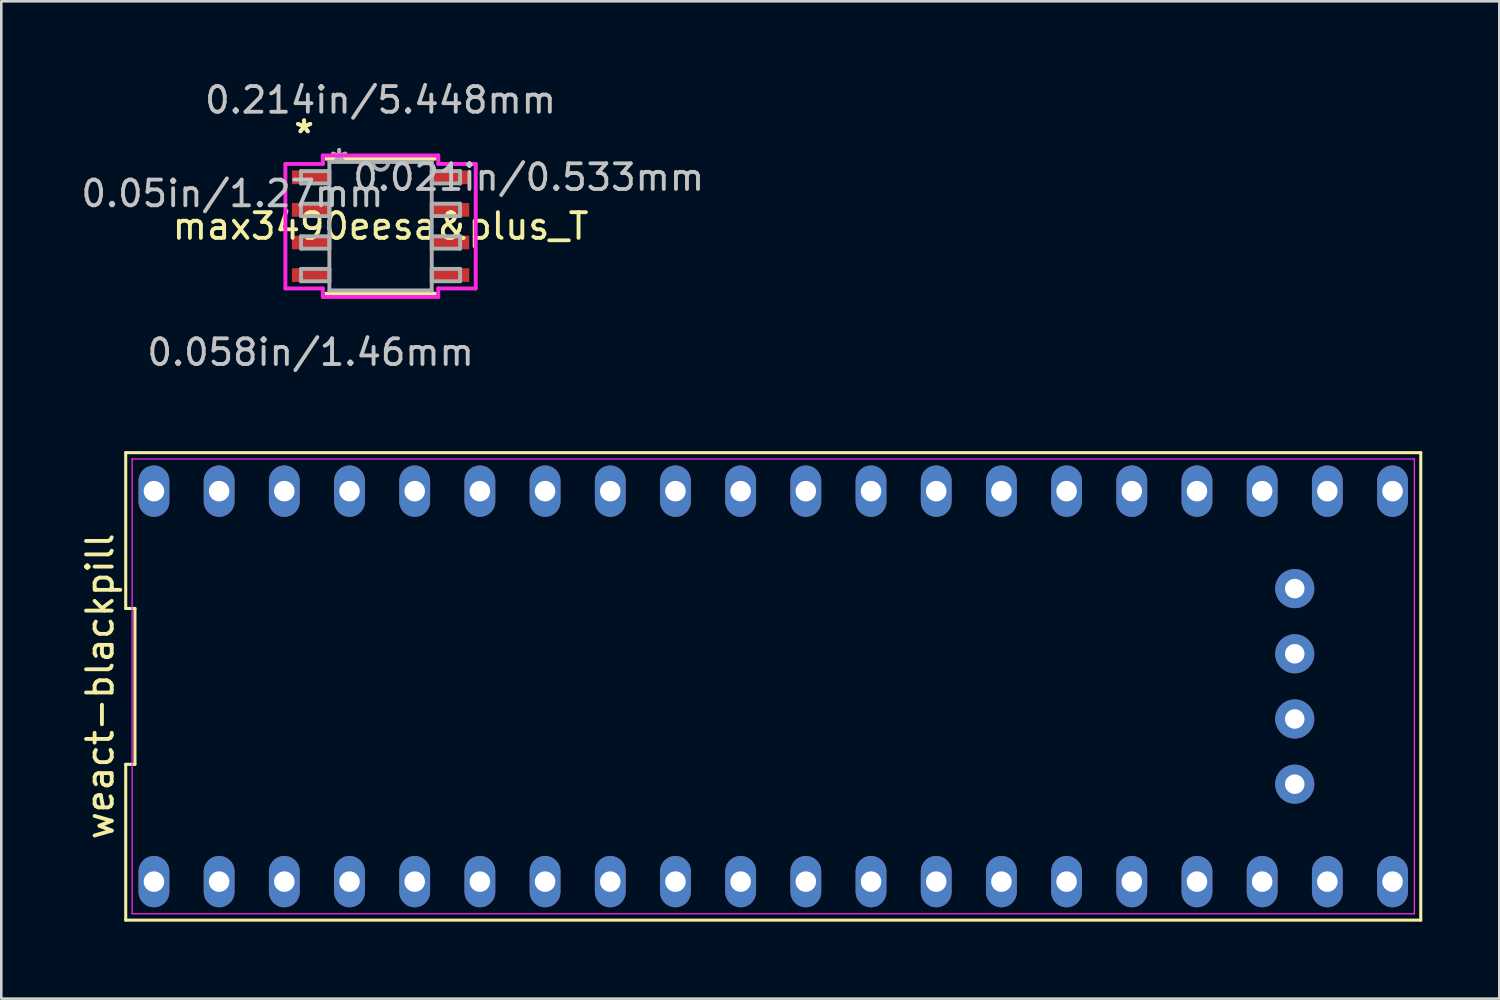
<source format=kicad_pcb>
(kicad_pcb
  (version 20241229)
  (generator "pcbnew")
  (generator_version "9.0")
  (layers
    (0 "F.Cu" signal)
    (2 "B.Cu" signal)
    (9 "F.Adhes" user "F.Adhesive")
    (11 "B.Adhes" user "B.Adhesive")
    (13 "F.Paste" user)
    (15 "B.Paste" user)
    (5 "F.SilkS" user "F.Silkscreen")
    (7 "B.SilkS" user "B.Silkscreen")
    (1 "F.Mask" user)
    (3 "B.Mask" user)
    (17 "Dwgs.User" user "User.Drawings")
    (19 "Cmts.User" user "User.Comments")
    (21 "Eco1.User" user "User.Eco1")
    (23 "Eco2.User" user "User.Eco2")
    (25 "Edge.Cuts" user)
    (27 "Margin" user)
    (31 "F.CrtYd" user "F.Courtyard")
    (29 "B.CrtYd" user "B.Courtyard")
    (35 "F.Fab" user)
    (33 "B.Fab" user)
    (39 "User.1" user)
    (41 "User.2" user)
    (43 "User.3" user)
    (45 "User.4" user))
  (footprint "weact-blackpill"
    (layer "F.Cu")
    (at 27.078 23.694)
    (property "Reference" "weact-blackpill" (at -26.23 0 90) (layer "F.SilkS") (effects (font (size 1 1) (thickness 0.15))))
    (attr through_hole)
    (fp_line (start -25.23 -9.107) (end -25.23 -3.036) (stroke (width 0.12) (type solid)) (layer "F.SilkS"))
    (fp_line (start -25.23 -3.036) (end -24.87 -3.036) (stroke (width 0.12) (type solid)) (layer "F.SilkS"))
    (fp_line (start -25.23 3.036) (end -25.23 9.107) (stroke (width 0.12) (type solid)) (layer "F.SilkS"))
    (fp_line (start -25.23 9.107) (end 25.23 9.107) (stroke (width 0.12) (type solid)) (layer "F.SilkS"))
    (fp_line (start -24.87 -3.036) (end -24.87 3.036) (stroke (width 0.12) (type solid)) (layer "F.SilkS"))
    (fp_line (start -24.87 3.036) (end -25.23 3.036) (stroke (width 0.12) (type solid)) (layer "F.SilkS"))
    (fp_line (start 25.23 -9.107) (end -25.23 -9.107) (stroke (width 0.12) (type solid)) (layer "F.SilkS"))
    (fp_line (start 25.23 9.107) (end 25.23 -9.107) (stroke (width 0.12) (type solid)) (layer "F.SilkS"))
    (fp_line (start -24.98 -8.86) (end 24.98 -8.86) (stroke (width 0.05) (type solid)) (layer "F.CrtYd"))
    (fp_line (start -24.98 8.86) (end -24.98 -8.86) (stroke (width 0.05) (type solid)) (layer "F.CrtYd"))
    (fp_line (start 24.98 -8.86) (end 24.98 8.86) (stroke (width 0.05) (type solid)) (layer "F.CrtYd"))
    (fp_line (start 24.98 8.86) (end -24.98 8.86) (stroke (width 0.05) (type solid)) (layer "F.CrtYd"))
    (pad "1" thru_hole oval (at -24.13 7.607) (size 1.2 2) (drill 0.8) (layers "*.Cu" "*.Mask"))
    (pad "2" thru_hole oval (at -21.59 7.607) (size 1.2 2) (drill 0.8) (layers "*.Cu" "*.Mask"))
    (pad "3" thru_hole oval (at -19.05 7.607) (size 1.2 2) (drill 0.8) (layers "*.Cu" "*.Mask"))
    (pad "4" thru_hole oval (at -16.51 7.607) (size 1.2 2) (drill 0.8) (layers "*.Cu" "*.Mask"))
    (pad "5" thru_hole oval (at -13.97 7.607) (size 1.2 2) (drill 0.8) (layers "*.Cu" "*.Mask"))
    (pad "6" thru_hole oval (at -11.43 7.607) (size 1.2 2) (drill 0.8) (layers "*.Cu" "*.Mask"))
    (pad "7" thru_hole oval (at -8.89 7.607) (size 1.2 2) (drill 0.8) (layers "*.Cu" "*.Mask"))
    (pad "8" thru_hole oval (at -6.35 7.607) (size 1.2 2) (drill 0.8) (layers "*.Cu" "*.Mask"))
    (pad "9" thru_hole oval (at -3.81 7.607) (size 1.2 2) (drill 0.8) (layers "*.Cu" "*.Mask"))
    (pad "10" thru_hole oval (at -1.27 7.607) (size 1.2 2) (drill 0.8) (layers "*.Cu" "*.Mask"))
    (pad "11" thru_hole oval (at 1.27 7.607) (size 1.2 2) (drill 0.8) (layers "*.Cu" "*.Mask"))
    (pad "12" thru_hole oval (at 3.81 7.607) (size 1.2 2) (drill 0.8) (layers "*.Cu" "*.Mask"))
    (pad "13" thru_hole oval (at 6.35 7.607) (size 1.2 2) (drill 0.8) (layers "*.Cu" "*.Mask"))
    (pad "14" thru_hole oval (at 8.89 7.607) (size 1.2 2) (drill 0.8) (layers "*.Cu" "*.Mask"))
    (pad "15" thru_hole oval (at 11.43 7.607) (size 1.2 2) (drill 0.8) (layers "*.Cu" "*.Mask"))
    (pad "16" thru_hole oval (at 13.97 7.607) (size 1.2 2) (drill 0.8) (layers "*.Cu" "*.Mask"))
    (pad "17" thru_hole oval (at 16.51 7.607) (size 1.2 2) (drill 0.8) (layers "*.Cu" "*.Mask"))
    (pad "18" thru_hole oval (at 19.05 7.607) (size 1.2 2) (drill 0.8) (layers "*.Cu" "*.Mask"))
    (pad "19" thru_hole oval (at 21.59 7.607) (size 1.2 2) (drill 0.8) (layers "*.Cu" "*.Mask"))
    (pad "20" thru_hole oval (at 24.13 7.607) (size 1.2 2) (drill 0.8) (layers "*.Cu" "*.Mask"))
    (pad "21" thru_hole circle (at 20.32 3.81) (size 1.524 1.524) (drill 0.762) (layers "*.Cu" "*.Mask"))
    (pad "22" thru_hole circle (at 20.32 1.27) (size 1.524 1.524) (drill 0.762) (layers "*.Cu" "*.Mask"))
    (pad "23" thru_hole circle (at 20.32 -1.27) (size 1.524 1.524) (drill 0.762) (layers "*.Cu" "*.Mask"))
    (pad "24" thru_hole circle (at 20.32 -3.81) (size 1.524 1.524) (drill 0.762) (layers "*.Cu" "*.Mask"))
    (pad "25" thru_hole oval (at 24.13 -7.607) (size 1.2 2) (drill 0.8) (layers "*.Cu" "*.Mask"))
    (pad "26" thru_hole oval (at 21.59 -7.607) (size 1.2 2) (drill 0.8) (layers "*.Cu" "*.Mask"))
    (pad "27" thru_hole oval (at 19.05 -7.607) (size 1.2 2) (drill 0.8) (layers "*.Cu" "*.Mask"))
    (pad "28" thru_hole oval (at 16.51 -7.607) (size 1.2 2) (drill 0.8) (layers "*.Cu" "*.Mask"))
    (pad "29" thru_hole oval (at 13.97 -7.607) (size 1.2 2) (drill 0.8) (layers "*.Cu" "*.Mask"))
    (pad "30" thru_hole oval (at 11.43 -7.607) (size 1.2 2) (drill 0.8) (layers "*.Cu" "*.Mask"))
    (pad "31" thru_hole oval (at 8.89 -7.607) (size 1.2 2) (drill 0.8) (layers "*.Cu" "*.Mask"))
    (pad "32" thru_hole oval (at 6.35 -7.607) (size 1.2 2) (drill 0.8) (layers "*.Cu" "*.Mask"))
    (pad "33" thru_hole oval (at 3.81 -7.607) (size 1.2 2) (drill 0.8) (layers "*.Cu" "*.Mask"))
    (pad "34" thru_hole oval (at 1.27 -7.607) (size 1.2 2) (drill 0.8) (layers "*.Cu" "*.Mask"))
    (pad "35" thru_hole oval (at -1.27 -7.607) (size 1.2 2) (drill 0.8) (layers "*.Cu" "*.Mask"))
    (pad "36" thru_hole oval (at -3.81 -7.607) (size 1.2 2) (drill 0.8) (layers "*.Cu" "*.Mask"))
    (pad "37" thru_hole oval (at -6.35 -7.607) (size 1.2 2) (drill 0.8) (layers "*.Cu" "*.Mask"))
    (pad "38" thru_hole oval (at -8.89 -7.607) (size 1.2 2) (drill 0.8) (layers "*.Cu" "*.Mask"))
    (pad "39" thru_hole oval (at -11.43 -7.607) (size 1.2 2) (drill 0.8) (layers "*.Cu" "*.Mask"))
    (pad "40" thru_hole oval (at -13.97 -7.607) (size 1.2 2) (drill 0.8) (layers "*.Cu" "*.Mask"))
    (pad "41" thru_hole oval (at -16.51 -7.607) (size 1.2 2) (drill 0.8) (layers "*.Cu" "*.Mask"))
    (pad "42" thru_hole oval (at -19.05 -7.607) (size 1.2 2) (drill 0.8) (layers "*.Cu" "*.Mask"))
    (pad "43" thru_hole oval (at -21.59 -7.607) (size 1.2 2) (drill 0.8) (layers "*.Cu" "*.Mask"))
    (pad "44" thru_hole oval (at -24.13 -7.607) (size 1.2 2) (drill 0.8) (layers "*.Cu" "*.Mask")))
  (footprint "max3490eesa&plus_T"
    (layer "F.Cu")
    (at 11.778 5.763)
    (property "Reference" "max3490eesa&plus_T" (at 0 0 0) (layer "F.SilkS") (effects (font (size 1 1) (thickness 0.15))))
    (attr through_hole)
    (fp_line (start -2.121 2.629) (end 2.121 2.629) (stroke (width 0.152) (type solid)) (layer "F.SilkS"))
    (fp_line (start 2.121 -2.629) (end -2.121 -2.629) (stroke (width 0.152) (type solid)) (layer "F.SilkS"))
    (fp_line (start -3.708 -2.426) (end -2.248 -2.426) (stroke (width 0.152) (type solid)) (layer "F.CrtYd"))
    (fp_line (start -3.708 2.426) (end -3.708 -2.426) (stroke (width 0.152) (type solid)) (layer "F.CrtYd"))
    (fp_line (start -2.248 -2.756) (end 2.248 -2.756) (stroke (width 0.152) (type solid)) (layer "F.CrtYd"))
    (fp_line (start -2.248 -2.426) (end -2.248 -2.756) (stroke (width 0.152) (type solid)) (layer "F.CrtYd"))
    (fp_line (start -2.248 2.426) (end -3.708 2.426) (stroke (width 0.152) (type solid)) (layer "F.CrtYd"))
    (fp_line (start -2.248 2.756) (end -2.248 2.426) (stroke (width 0.152) (type solid)) (layer "F.CrtYd"))
    (fp_line (start 2.248 -2.756) (end 2.248 -2.426) (stroke (width 0.152) (type solid)) (layer "F.CrtYd"))
    (fp_line (start 2.248 -2.426) (end 3.708 -2.426) (stroke (width 0.152) (type solid)) (layer "F.CrtYd"))
    (fp_line (start 2.248 2.426) (end 2.248 2.756) (stroke (width 0.152) (type solid)) (layer "F.CrtYd"))
    (fp_line (start 2.248 2.756) (end -2.248 2.756) (stroke (width 0.152) (type solid)) (layer "F.CrtYd"))
    (fp_line (start 3.708 -2.426) (end 3.708 2.426) (stroke (width 0.152) (type solid)) (layer "F.CrtYd"))
    (fp_line (start 3.708 2.426) (end 2.248 2.426) (stroke (width 0.152) (type solid)) (layer "F.CrtYd"))
    (fp_line (start -3.099 -2.146) (end -3.099 -1.664) (stroke (width 0.152) (type solid)) (layer "F.Fab"))
    (fp_line (start -3.099 -1.664) (end -1.994 -1.664) (stroke (width 0.152) (type solid)) (layer "F.Fab"))
    (fp_line (start -3.099 -0.876) (end -3.099 -0.394) (stroke (width 0.152) (type solid)) (layer "F.Fab"))
    (fp_line (start -3.099 -0.394) (end -1.994 -0.394) (stroke (width 0.152) (type solid)) (layer "F.Fab"))
    (fp_line (start -3.099 0.394) (end -3.099 0.876) (stroke (width 0.152) (type solid)) (layer "F.Fab"))
    (fp_line (start -3.099 0.876) (end -1.994 0.876) (stroke (width 0.152) (type solid)) (layer "F.Fab"))
    (fp_line (start -3.099 1.664) (end -3.099 2.146) (stroke (width 0.152) (type solid)) (layer "F.Fab"))
    (fp_line (start -3.099 2.146) (end -1.994 2.146) (stroke (width 0.152) (type solid)) (layer "F.Fab"))
    (fp_line (start -1.994 -2.502) (end -1.994 2.502) (stroke (width 0.152) (type solid)) (layer "F.Fab"))
    (fp_line (start -1.994 -2.146) (end -3.099 -2.146) (stroke (width 0.152) (type solid)) (layer "F.Fab"))
    (fp_line (start -1.994 -1.664) (end -1.994 -2.146) (stroke (width 0.152) (type solid)) (layer "F.Fab"))
    (fp_line (start -1.994 -0.876) (end -3.099 -0.876) (stroke (width 0.152) (type solid)) (layer "F.Fab"))
    (fp_line (start -1.994 -0.394) (end -1.994 -0.876) (stroke (width 0.152) (type solid)) (layer "F.Fab"))
    (fp_line (start -1.994 0.394) (end -3.099 0.394) (stroke (width 0.152) (type solid)) (layer "F.Fab"))
    (fp_line (start -1.994 0.876) (end -1.994 0.394) (stroke (width 0.152) (type solid)) (layer "F.Fab"))
    (fp_line (start -1.994 1.664) (end -3.099 1.664) (stroke (width 0.152) (type solid)) (layer "F.Fab"))
    (fp_line (start -1.994 2.146) (end -1.994 1.664) (stroke (width 0.152) (type solid)) (layer "F.Fab"))
    (fp_line (start -1.994 2.502) (end 1.994 2.502) (stroke (width 0.152) (type solid)) (layer "F.Fab"))
    (fp_line (start 1.994 -2.502) (end -1.994 -2.502) (stroke (width 0.152) (type solid)) (layer "F.Fab"))
    (fp_line (start 1.994 -2.146) (end 1.994 -1.664) (stroke (width 0.152) (type solid)) (layer "F.Fab"))
    (fp_line (start 1.994 -1.664) (end 3.099 -1.664) (stroke (width 0.152) (type solid)) (layer "F.Fab"))
    (fp_line (start 1.994 -0.876) (end 1.994 -0.394) (stroke (width 0.152) (type solid)) (layer "F.Fab"))
    (fp_line (start 1.994 -0.394) (end 3.099 -0.394) (stroke (width 0.152) (type solid)) (layer "F.Fab"))
    (fp_line (start 1.994 0.394) (end 1.994 0.876) (stroke (width 0.152) (type solid)) (layer "F.Fab"))
    (fp_line (start 1.994 0.876) (end 3.099 0.876) (stroke (width 0.152) (type solid)) (layer "F.Fab"))
    (fp_line (start 1.994 1.664) (end 1.994 2.146) (stroke (width 0.152) (type solid)) (layer "F.Fab"))
    (fp_line (start 1.994 2.146) (end 3.099 2.146) (stroke (width 0.152) (type solid)) (layer "F.Fab"))
    (fp_line (start 1.994 2.502) (end 1.994 -2.502) (stroke (width 0.152) (type solid)) (layer "F.Fab"))
    (fp_line (start 3.099 -2.146) (end 1.994 -2.146) (stroke (width 0.152) (type solid)) (layer "F.Fab"))
    (fp_line (start 3.099 -1.664) (end 3.099 -2.146) (stroke (width 0.152) (type solid)) (layer "F.Fab"))
    (fp_line (start 3.099 -0.876) (end 1.994 -0.876) (stroke (width 0.152) (type solid)) (layer "F.Fab"))
    (fp_line (start 3.099 -0.394) (end 3.099 -0.876) (stroke (width 0.152) (type solid)) (layer "F.Fab"))
    (fp_line (start 3.099 0.394) (end 1.994 0.394) (stroke (width 0.152) (type solid)) (layer "F.Fab"))
    (fp_line (start 3.099 0.876) (end 3.099 0.394) (stroke (width 0.152) (type solid)) (layer "F.Fab"))
    (fp_line (start 3.099 1.664) (end 1.994 1.664) (stroke (width 0.152) (type solid)) (layer "F.Fab"))
    (fp_line (start 3.099 2.146) (end 3.099 1.664) (stroke (width 0.152) (type solid)) (layer "F.Fab"))
    (fp_arc (start 0.3048 -2.5019) (mid 0 -2.1971) (end -0.3048 -2.5019) (stroke (width 0.1524) (type solid)) (layer "F.Fab"))
    (fp_text user "*" (at -2.978 -3.581 0) (layer "F.SilkS") (effects (font (size 1 1) (thickness 0.15))))
    (fp_text user "*" (at -2.978 -3.581 0) (layer "F.SilkS") (effects (font (size 1 1) (thickness 0.15))))
    (fp_text user "0.05in/1.27mm" (at -5.772 -1.27 0) (layer "Dwgs.User") (effects (font (size 1 1) (thickness 0.15))))
    (fp_text user "0.214in/5.448mm" (at 0 -4.915 0) (layer "Dwgs.User") (effects (font (size 1 1) (thickness 0.15))))
    (fp_text user "0.058in/1.46mm" (at -2.724 4.915 0) (layer "Dwgs.User") (effects (font (size 1 1) (thickness 0.15))))
    (fp_text user "0.021in/0.533mm" (at 5.772 -1.905 0) (layer "Dwgs.User") (effects (font (size 1 1) (thickness 0.15))))
    (fp_text user "Copyright 2016 Accelerated Designs. All rights reserved." (at 0 0 0) (layer "Cmts.User") (effects (font (size 0.127 0.127) (thickness 0.002))))
    (fp_text user "*" (at -1.613 -2.426 0) (layer "F.Fab") (effects (font (size 1 1) (thickness 0.15))))
    (fp_text user "*" (at -1.613 -2.426 0) (layer "F.Fab") (effects (font (size 1 1) (thickness 0.15))))
    (pad "1" smd rect (at -2.724 -1.905) (size 1.46 0.533) (layers "F.Cu" "F.Mask" "F.Paste"))
    (pad "2" smd rect (at -2.724 -0.635) (size 1.46 0.533) (layers "F.Cu" "F.Mask" "F.Paste"))
    (pad "3" smd rect (at -2.724 0.635) (size 1.46 0.533) (layers "F.Cu" "F.Mask" "F.Paste"))
    (pad "4" smd rect (at -2.724 1.905) (size 1.46 0.533) (layers "F.Cu" "F.Mask" "F.Paste"))
    (pad "5" smd rect (at 2.724 1.905) (size 1.46 0.533) (layers "F.Cu" "F.Mask" "F.Paste"))
    (pad "6" smd rect (at 2.724 0.635) (size 1.46 0.533) (layers "F.Cu" "F.Mask" "F.Paste"))
    (pad "7" smd rect (at 2.724 -0.635) (size 1.46 0.533) (layers "F.Cu" "F.Mask" "F.Paste"))
    (pad "8" smd rect (at 2.724 -1.905) (size 1.46 0.533) (layers "F.Cu" "F.Mask" "F.Paste")))
  (gr_rect
    (start -3 -3)
    (end 55.368 35.861)
    (stroke (width 0.1) (type default))
    (fill no)
    (layer "Edge.Cuts")))
</source>
